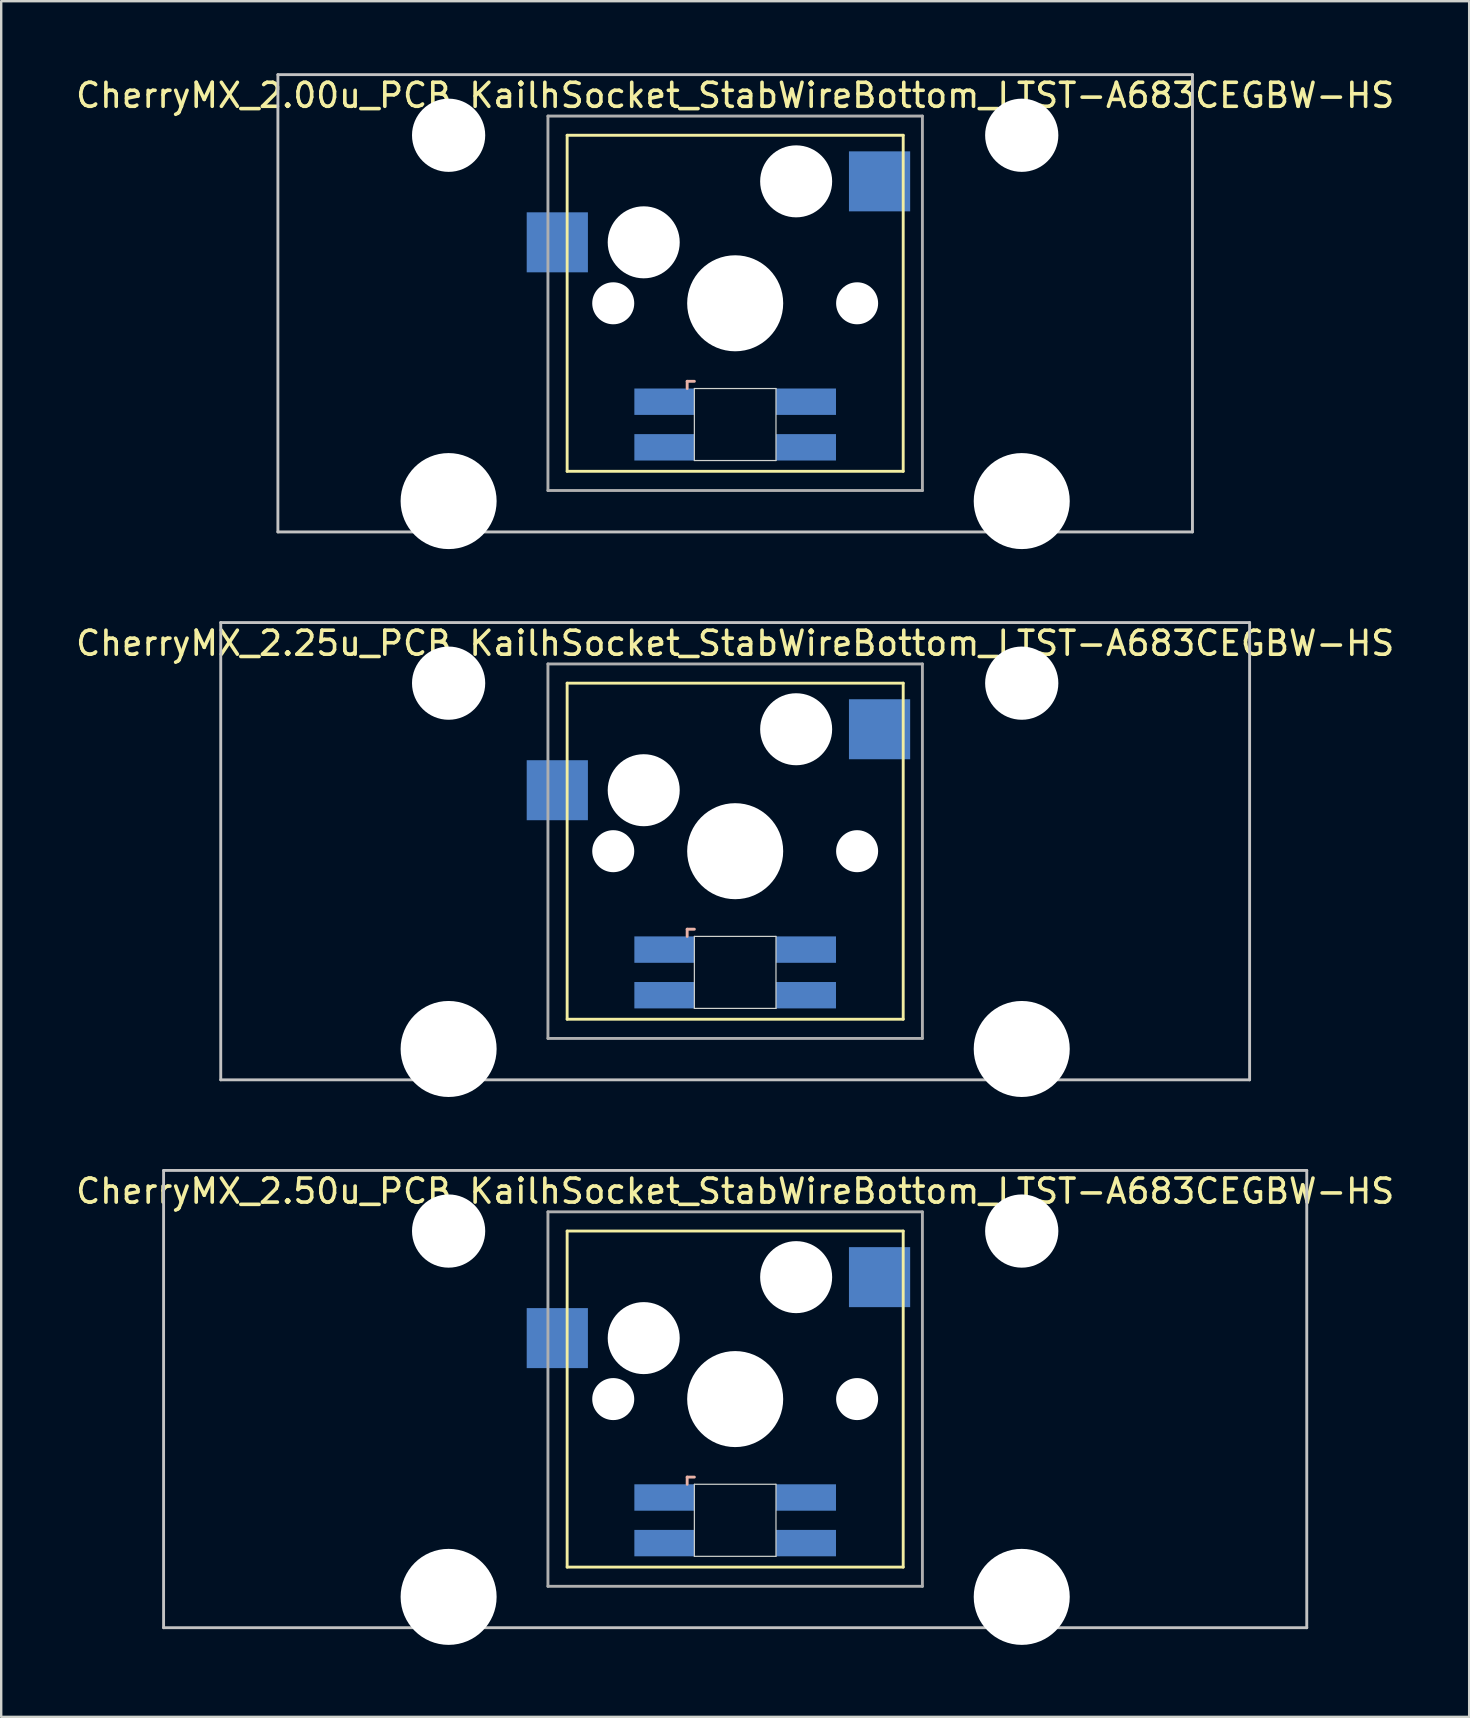
<source format=kicad_pcb>
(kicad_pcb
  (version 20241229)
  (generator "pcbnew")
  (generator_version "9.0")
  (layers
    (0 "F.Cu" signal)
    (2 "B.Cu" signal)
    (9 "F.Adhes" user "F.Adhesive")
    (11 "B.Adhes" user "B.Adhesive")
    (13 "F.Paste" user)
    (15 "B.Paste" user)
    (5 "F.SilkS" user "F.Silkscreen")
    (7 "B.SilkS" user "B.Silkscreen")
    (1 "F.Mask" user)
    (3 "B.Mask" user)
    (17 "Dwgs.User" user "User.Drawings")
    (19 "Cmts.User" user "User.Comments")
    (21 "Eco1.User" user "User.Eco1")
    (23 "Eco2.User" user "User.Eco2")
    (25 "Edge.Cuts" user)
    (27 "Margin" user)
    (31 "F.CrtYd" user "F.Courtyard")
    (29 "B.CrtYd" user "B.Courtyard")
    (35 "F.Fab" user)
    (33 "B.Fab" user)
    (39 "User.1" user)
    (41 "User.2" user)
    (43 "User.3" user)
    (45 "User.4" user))
  (footprint "CherryMX_2.00u_PCB_KailhSocket_StabWireBottom_LTST-A683CEGBW-HS"
    (layer "F.Cu")
    (at 27.577 9.585)
    (property "Reference" "CherryMX_2.00u_PCB_KailhSocket_StabWireBottom_LTST-A683CEGBW-HS" (at 0 -8.662 0) (layer "F.SilkS") (effects (font (size 1 1) (thickness 0.15))))
    (attr through_hole)
    (fp_line (start -7 -7) (end -7 7) (stroke (width 0.12) (type solid)) (layer "F.SilkS"))
    (fp_line (start -7 -7) (end 7 -7) (stroke (width 0.12) (type solid)) (layer "F.SilkS"))
    (fp_line (start 7 -7) (end 7 7) (stroke (width 0.12) (type solid)) (layer "F.SilkS"))
    (fp_line (start 7 7) (end -7 7) (stroke (width 0.12) (type solid)) (layer "F.SilkS"))
    (fp_line (start -2 3.25) (end -2 3.55) (stroke (width 0.12) (type solid)) (layer "B.SilkS"))
    (fp_line (start -1.7 3.25) (end -2 3.25) (stroke (width 0.12) (type solid)) (layer "B.SilkS"))
    (fp_line (start -19.05 -9.525) (end 19.05 -9.525) (stroke (width 0.12) (type solid)) (layer "Dwgs.User"))
    (fp_line (start -19.05 9.525) (end -19.05 -9.525) (stroke (width 0.12) (type solid)) (layer "Dwgs.User"))
    (fp_line (start 19.05 -9.525) (end 19.05 9.525) (stroke (width 0.12) (type solid)) (layer "Dwgs.User"))
    (fp_line (start 19.05 9.525) (end -19.05 9.525) (stroke (width 0.12) (type solid)) (layer "Dwgs.User"))
    (fp_line (start -1.7 3.55) (end 1.7 3.55) (stroke (width 0.05) (type solid)) (layer "Edge.Cuts"))
    (fp_line (start -1.7 6.55) (end -1.7 3.55) (stroke (width 0.05) (type solid)) (layer "Edge.Cuts"))
    (fp_line (start 1.7 3.55) (end 1.7 6.55) (stroke (width 0.05) (type solid)) (layer "Edge.Cuts"))
    (fp_line (start 1.7 6.55) (end -1.7 6.55) (stroke (width 0.05) (type solid)) (layer "Edge.Cuts"))
    (fp_line (start -7.8 -7.8) (end -7.8 7.8) (stroke (width 0.12) (type solid)) (layer "F.Fab"))
    (fp_line (start -7.8 -7.8) (end 7.8 -7.8) (stroke (width 0.12) (type solid)) (layer "F.Fab"))
    (fp_line (start -7.8 7.8) (end 7.8 7.8) (stroke (width 0.12) (type solid)) (layer "F.Fab"))
    (fp_line (start 7.8 -7.8) (end 7.8 7.8) (stroke (width 0.12) (type solid)) (layer "F.Fab"))
    (pad "" np_thru_hole circle (at -11.938 -7) (size 3.05 3.05) (drill 3.05) (layers "*.Cu" "*.Mask"))
    (pad "" np_thru_hole circle (at -11.938 8.24) (size 4 4) (drill 4) (layers "*.Cu" "*.Mask"))
    (pad "" np_thru_hole circle (at -5.08 0) (size 1.75 1.75) (drill 1.75) (layers "*.Cu" "*.Mask"))
    (pad "" np_thru_hole circle (at -3.81 -2.54) (size 3 3) (drill 3) (layers "*.Cu" "*.Mask"))
    (pad "" np_thru_hole circle (at 0 0) (size 4 4) (drill 4) (layers "*.Cu" "*.Mask"))
    (pad "" np_thru_hole circle (at 2.54 -5.08) (size 3 3) (drill 3) (layers "*.Cu" "*.Mask"))
    (pad "" np_thru_hole circle (at 5.08 0) (size 1.75 1.75) (drill 1.75) (layers "*.Cu" "*.Mask"))
    (pad "" np_thru_hole circle (at 11.938 -7) (size 3.05 3.05) (drill 3.05) (layers "*.Cu" "*.Mask"))
    (pad "" np_thru_hole circle (at 11.938 8.24) (size 4 4) (drill 4) (layers "*.Cu" "*.Mask"))
    (pad "1" smd rect (at -7.41 -2.54) (size 2.55 2.5) (layers "B.Cu" "B.Mask" "B.Paste"))
    (pad "2" smd rect (at 6.015 -5.08) (size 2.55 2.5) (layers "B.Cu" "B.Mask" "B.Paste"))
    (pad "3" smd rect (at -2.95 4.1) (size 2.5 1.1) (layers "B.Cu" "B.Mask" "B.Paste"))
    (pad "4" smd rect (at -2.95 6) (size 2.5 1.1) (layers "B.Cu" "B.Mask" "B.Paste"))
    (pad "5" smd rect (at 2.95 4.1) (size 2.5 1.1) (layers "B.Cu" "B.Mask" "B.Paste"))
    (pad "6" smd rect (at 2.95 6) (size 2.5 1.1) (layers "B.Cu" "B.Mask" "B.Paste")))
  (footprint "CherryMX_2.25u_PCB_KailhSocket_StabWireBottom_LTST-A683CEGBW-HS"
    (layer "F.Cu")
    (at 27.577 32.41)
    (property "Reference" "CherryMX_2.25u_PCB_KailhSocket_StabWireBottom_LTST-A683CEGBW-HS" (at 0 -8.662 0) (layer "F.SilkS") (effects (font (size 1 1) (thickness 0.15))))
    (attr through_hole)
    (fp_line (start -7 -7) (end -7 7) (stroke (width 0.12) (type solid)) (layer "F.SilkS"))
    (fp_line (start -7 -7) (end 7 -7) (stroke (width 0.12) (type solid)) (layer "F.SilkS"))
    (fp_line (start 7 -7) (end 7 7) (stroke (width 0.12) (type solid)) (layer "F.SilkS"))
    (fp_line (start 7 7) (end -7 7) (stroke (width 0.12) (type solid)) (layer "F.SilkS"))
    (fp_line (start -2 3.25) (end -2 3.55) (stroke (width 0.12) (type solid)) (layer "B.SilkS"))
    (fp_line (start -1.7 3.25) (end -2 3.25) (stroke (width 0.12) (type solid)) (layer "B.SilkS"))
    (fp_line (start -21.431 -9.525) (end 21.431 -9.525) (stroke (width 0.12) (type solid)) (layer "Dwgs.User"))
    (fp_line (start -21.431 9.525) (end -21.431 -9.525) (stroke (width 0.12) (type solid)) (layer "Dwgs.User"))
    (fp_line (start 21.431 -9.525) (end 21.431 9.525) (stroke (width 0.12) (type solid)) (layer "Dwgs.User"))
    (fp_line (start 21.431 9.525) (end -21.431 9.525) (stroke (width 0.12) (type solid)) (layer "Dwgs.User"))
    (fp_line (start -1.7 3.55) (end 1.7 3.55) (stroke (width 0.05) (type solid)) (layer "Edge.Cuts"))
    (fp_line (start -1.7 6.55) (end -1.7 3.55) (stroke (width 0.05) (type solid)) (layer "Edge.Cuts"))
    (fp_line (start 1.7 3.55) (end 1.7 6.55) (stroke (width 0.05) (type solid)) (layer "Edge.Cuts"))
    (fp_line (start 1.7 6.55) (end -1.7 6.55) (stroke (width 0.05) (type solid)) (layer "Edge.Cuts"))
    (fp_line (start -7.8 -7.8) (end -7.8 7.8) (stroke (width 0.12) (type solid)) (layer "F.Fab"))
    (fp_line (start -7.8 -7.8) (end 7.8 -7.8) (stroke (width 0.12) (type solid)) (layer "F.Fab"))
    (fp_line (start -7.8 7.8) (end 7.8 7.8) (stroke (width 0.12) (type solid)) (layer "F.Fab"))
    (fp_line (start 7.8 -7.8) (end 7.8 7.8) (stroke (width 0.12) (type solid)) (layer "F.Fab"))
    (pad "" np_thru_hole circle (at -11.938 -7) (size 3.05 3.05) (drill 3.05) (layers "*.Cu" "*.Mask"))
    (pad "" np_thru_hole circle (at -11.938 8.24) (size 4 4) (drill 4) (layers "*.Cu" "*.Mask"))
    (pad "" np_thru_hole circle (at -5.08 0) (size 1.75 1.75) (drill 1.75) (layers "*.Cu" "*.Mask"))
    (pad "" np_thru_hole circle (at -3.81 -2.54) (size 3 3) (drill 3) (layers "*.Cu" "*.Mask"))
    (pad "" np_thru_hole circle (at 0 0) (size 4 4) (drill 4) (layers "*.Cu" "*.Mask"))
    (pad "" np_thru_hole circle (at 2.54 -5.08) (size 3 3) (drill 3) (layers "*.Cu" "*.Mask"))
    (pad "" np_thru_hole circle (at 5.08 0) (size 1.75 1.75) (drill 1.75) (layers "*.Cu" "*.Mask"))
    (pad "" np_thru_hole circle (at 11.938 -7) (size 3.05 3.05) (drill 3.05) (layers "*.Cu" "*.Mask"))
    (pad "" np_thru_hole circle (at 11.938 8.24) (size 4 4) (drill 4) (layers "*.Cu" "*.Mask"))
    (pad "1" smd rect (at -7.41 -2.54) (size 2.55 2.5) (layers "B.Cu" "B.Mask" "B.Paste"))
    (pad "2" smd rect (at 6.015 -5.08) (size 2.55 2.5) (layers "B.Cu" "B.Mask" "B.Paste"))
    (pad "3" smd rect (at -2.95 4.1) (size 2.5 1.1) (layers "B.Cu" "B.Mask" "B.Paste"))
    (pad "4" smd rect (at -2.95 6) (size 2.5 1.1) (layers "B.Cu" "B.Mask" "B.Paste"))
    (pad "5" smd rect (at 2.95 4.1) (size 2.5 1.1) (layers "B.Cu" "B.Mask" "B.Paste"))
    (pad "6" smd rect (at 2.95 6) (size 2.5 1.1) (layers "B.Cu" "B.Mask" "B.Paste")))
  (footprint "CherryMX_2.50u_PCB_KailhSocket_StabWireBottom_LTST-A683CEGBW-HS"
    (layer "F.Cu")
    (at 27.577 55.235)
    (property "Reference" "CherryMX_2.50u_PCB_KailhSocket_StabWireBottom_LTST-A683CEGBW-HS" (at 0 -8.662 0) (layer "F.SilkS") (effects (font (size 1 1) (thickness 0.15))))
    (attr through_hole)
    (fp_line (start -7 -7) (end -7 7) (stroke (width 0.12) (type solid)) (layer "F.SilkS"))
    (fp_line (start -7 -7) (end 7 -7) (stroke (width 0.12) (type solid)) (layer "F.SilkS"))
    (fp_line (start 7 -7) (end 7 7) (stroke (width 0.12) (type solid)) (layer "F.SilkS"))
    (fp_line (start 7 7) (end -7 7) (stroke (width 0.12) (type solid)) (layer "F.SilkS"))
    (fp_line (start -2 3.25) (end -2 3.55) (stroke (width 0.12) (type solid)) (layer "B.SilkS"))
    (fp_line (start -1.7 3.25) (end -2 3.25) (stroke (width 0.12) (type solid)) (layer "B.SilkS"))
    (fp_line (start -23.812 -9.525) (end 23.812 -9.525) (stroke (width 0.12) (type solid)) (layer "Dwgs.User"))
    (fp_line (start -23.812 9.525) (end -23.812 -9.525) (stroke (width 0.12) (type solid)) (layer "Dwgs.User"))
    (fp_line (start 23.812 -9.525) (end 23.812 9.525) (stroke (width 0.12) (type solid)) (layer "Dwgs.User"))
    (fp_line (start 23.812 9.525) (end -23.812 9.525) (stroke (width 0.12) (type solid)) (layer "Dwgs.User"))
    (fp_line (start -1.7 3.55) (end 1.7 3.55) (stroke (width 0.05) (type solid)) (layer "Edge.Cuts"))
    (fp_line (start -1.7 6.55) (end -1.7 3.55) (stroke (width 0.05) (type solid)) (layer "Edge.Cuts"))
    (fp_line (start 1.7 3.55) (end 1.7 6.55) (stroke (width 0.05) (type solid)) (layer "Edge.Cuts"))
    (fp_line (start 1.7 6.55) (end -1.7 6.55) (stroke (width 0.05) (type solid)) (layer "Edge.Cuts"))
    (fp_line (start -7.8 -7.8) (end -7.8 7.8) (stroke (width 0.12) (type solid)) (layer "F.Fab"))
    (fp_line (start -7.8 -7.8) (end 7.8 -7.8) (stroke (width 0.12) (type solid)) (layer "F.Fab"))
    (fp_line (start -7.8 7.8) (end 7.8 7.8) (stroke (width 0.12) (type solid)) (layer "F.Fab"))
    (fp_line (start 7.8 -7.8) (end 7.8 7.8) (stroke (width 0.12) (type solid)) (layer "F.Fab"))
    (pad "" np_thru_hole circle (at -11.938 -7) (size 3.05 3.05) (drill 3.05) (layers "*.Cu" "*.Mask"))
    (pad "" np_thru_hole circle (at -11.938 8.24) (size 4 4) (drill 4) (layers "*.Cu" "*.Mask"))
    (pad "" np_thru_hole circle (at -5.08 0) (size 1.75 1.75) (drill 1.75) (layers "*.Cu" "*.Mask"))
    (pad "" np_thru_hole circle (at -3.81 -2.54) (size 3 3) (drill 3) (layers "*.Cu" "*.Mask"))
    (pad "" np_thru_hole circle (at 0 0) (size 4 4) (drill 4) (layers "*.Cu" "*.Mask"))
    (pad "" np_thru_hole circle (at 2.54 -5.08) (size 3 3) (drill 3) (layers "*.Cu" "*.Mask"))
    (pad "" np_thru_hole circle (at 5.08 0) (size 1.75 1.75) (drill 1.75) (layers "*.Cu" "*.Mask"))
    (pad "" np_thru_hole circle (at 11.938 -7) (size 3.05 3.05) (drill 3.05) (layers "*.Cu" "*.Mask"))
    (pad "" np_thru_hole circle (at 11.938 8.24) (size 4 4) (drill 4) (layers "*.Cu" "*.Mask"))
    (pad "1" smd rect (at -7.41 -2.54) (size 2.55 2.5) (layers "B.Cu" "B.Mask" "B.Paste"))
    (pad "2" smd rect (at 6.015 -5.08) (size 2.55 2.5) (layers "B.Cu" "B.Mask" "B.Paste"))
    (pad "3" smd rect (at -2.95 4.1) (size 2.5 1.1) (layers "B.Cu" "B.Mask" "B.Paste"))
    (pad "4" smd rect (at -2.95 6) (size 2.5 1.1) (layers "B.Cu" "B.Mask" "B.Paste"))
    (pad "5" smd rect (at 2.95 4.1) (size 2.5 1.1) (layers "B.Cu" "B.Mask" "B.Paste"))
    (pad "6" smd rect (at 2.95 6) (size 2.5 1.1) (layers "B.Cu" "B.Mask" "B.Paste")))
  (gr_rect
    (start -3 -3)
    (end 58.155 68.475)
    (stroke (width 0.1) (type default))
    (fill no)
    (layer "Edge.Cuts")))
</source>
